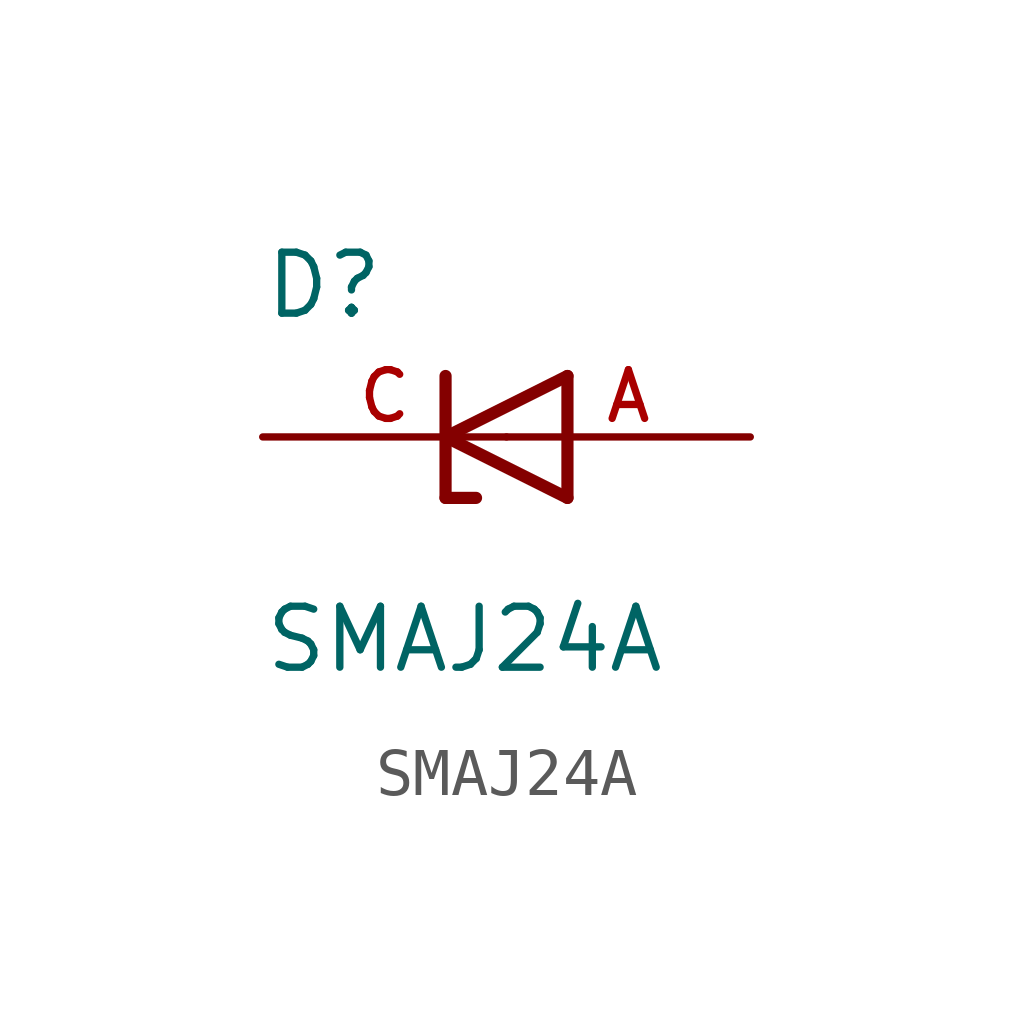
<source format=kicad_sym>
(kicad_symbol_lib
  (version 20211014)
  (generator kicad_symbol_editor)
  (symbol "SMAJ24A"
    (pin_names
      (offset 1.016))
    (property "Reference" "D"
      (at -5.084 2.416 0)
      (effects (font (size 1.27 1.27)) (justify bottom left)))
    (property "Value" "SMAJ24A"
      (at -5.085 -4.961 0)
      (effects (font (size 1.27 1.27)) (justify bottom left)))
    (symbol "SMAJ24A_0_0"
      (polyline (pts (xy 1.27 1.27) (xy -1.27 0.0)) (stroke (width 0.254)))
      (polyline (pts (xy -1.27 0.0) (xy 1.27 -1.27)) (stroke (width 0.254)))
      (polyline (pts (xy -0.635 -1.27) (xy -1.27 -1.27)) (stroke (width 0.254)))
      (polyline (pts (xy -1.27 -1.27) (xy -1.27 0.0)) (stroke (width 0.254)))
      (polyline (pts (xy 1.27 -1.27) (xy 1.27 1.27)) (stroke (width 0.254)))
      (polyline (pts (xy -1.27 0.0) (xy -1.27 1.27)) (stroke (width 0.254)))
      (pin passive line (at 5.08 0.0 180.0) (length 5.08) (name "~" (effects (font (size 1.016 1.016)))) (number "A" (effects (font (size 1.016 1.016)))))
      (pin passive line (at -5.08 0.0 0) (length 5.08) (name "~" (effects (font (size 1.016 1.016)))) (number "C" (effects (font (size 1.016 1.016))))))))
</source>
